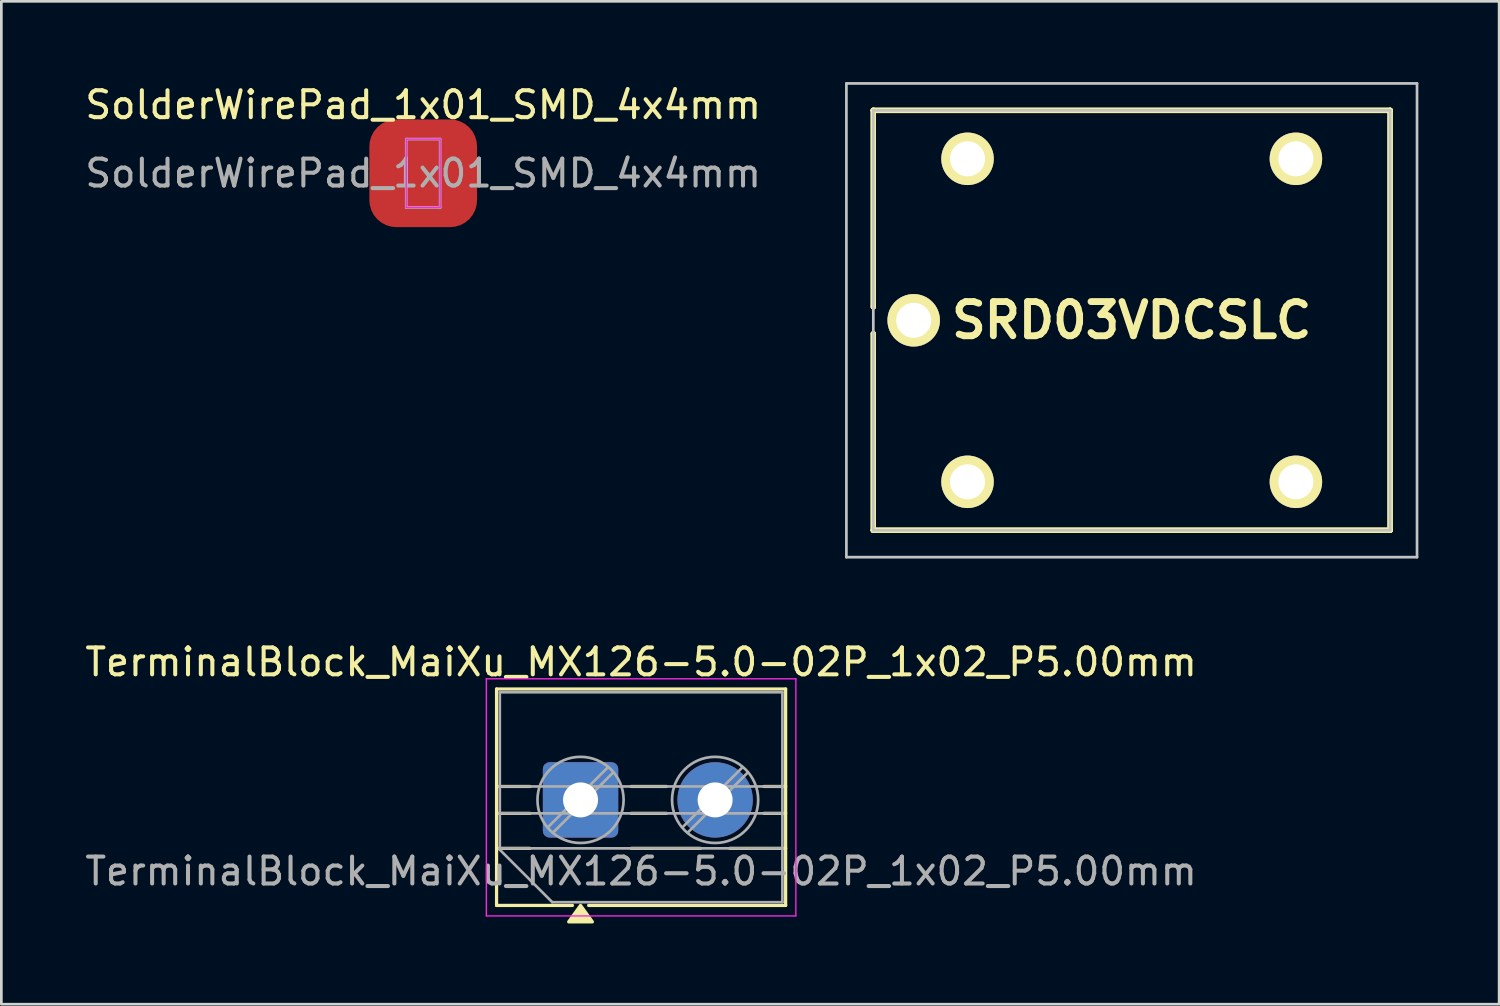
<source format=kicad_pcb>
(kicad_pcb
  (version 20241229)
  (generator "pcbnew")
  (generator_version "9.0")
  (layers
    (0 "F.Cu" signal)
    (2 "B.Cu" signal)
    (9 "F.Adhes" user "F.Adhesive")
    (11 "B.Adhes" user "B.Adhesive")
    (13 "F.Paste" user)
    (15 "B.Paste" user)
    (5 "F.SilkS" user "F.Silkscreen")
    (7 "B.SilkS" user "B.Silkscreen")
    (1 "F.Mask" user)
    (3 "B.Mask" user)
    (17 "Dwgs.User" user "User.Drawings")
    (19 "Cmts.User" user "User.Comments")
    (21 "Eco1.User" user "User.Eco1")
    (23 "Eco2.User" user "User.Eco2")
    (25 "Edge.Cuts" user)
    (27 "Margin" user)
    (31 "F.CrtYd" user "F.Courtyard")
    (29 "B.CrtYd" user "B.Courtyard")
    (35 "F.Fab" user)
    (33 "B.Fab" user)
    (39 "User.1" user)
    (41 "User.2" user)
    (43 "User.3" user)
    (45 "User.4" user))
  (footprint "SRD03VDCSLC"
    (layer "F.Cu")
    (at 32.895 14.85)
    (property "Reference" "SRD03VDCSLC" (at 6.1 -6 180) (layer "F.SilkS") (effects (font (size 1.27 1.27) (thickness 0.254))))
    (attr through_hole exclude_from_pos_files)
    (fp_line (start -3.5 -13.8) (end -3.5 -13.8) (stroke (width 0.2) (type solid)) (layer "F.SilkS"))
    (fp_line (start -3.5 -13.8) (end -3.5 -13.8) (stroke (width 0.2) (type solid)) (layer "F.SilkS"))
    (fp_line (start -3.5 -13.8) (end -3.5 -6.5) (stroke (width 0.2) (type solid)) (layer "F.SilkS"))
    (fp_line (start -3.5 -13.8) (end 15.7 -13.8) (stroke (width 0.2) (type solid)) (layer "F.SilkS"))
    (fp_line (start -3.5 -6.5) (end -3.5 -13.8) (stroke (width 0.2) (type solid)) (layer "F.SilkS"))
    (fp_line (start -3.5 -6.5) (end -3.5 -6.5) (stroke (width 0.2) (type solid)) (layer "F.SilkS"))
    (fp_line (start -3.5 -5.5) (end -3.5 -5.5) (stroke (width 0.2) (type solid)) (layer "F.SilkS"))
    (fp_line (start -3.5 -5.5) (end -3.5 1.8) (stroke (width 0.2) (type solid)) (layer "F.SilkS"))
    (fp_line (start -3.5 1.8) (end -3.5 -5.5) (stroke (width 0.2) (type solid)) (layer "F.SilkS"))
    (fp_line (start -3.5 1.8) (end -3.5 1.8) (stroke (width 0.2) (type solid)) (layer "F.SilkS"))
    (fp_line (start -3.5 1.8) (end -3.5 1.8) (stroke (width 0.2) (type solid)) (layer "F.SilkS"))
    (fp_line (start -3.5 1.8) (end 15.7 1.8) (stroke (width 0.2) (type solid)) (layer "F.SilkS"))
    (fp_line (start 15.7 -13.8) (end -3.5 -13.8) (stroke (width 0.2) (type solid)) (layer "F.SilkS"))
    (fp_line (start 15.7 -13.8) (end 15.7 -13.8) (stroke (width 0.2) (type solid)) (layer "F.SilkS"))
    (fp_line (start 15.7 -13.8) (end 15.7 -13.8) (stroke (width 0.2) (type solid)) (layer "F.SilkS"))
    (fp_line (start 15.7 -13.8) (end 15.7 1.8) (stroke (width 0.2) (type solid)) (layer "F.SilkS"))
    (fp_line (start 15.7 1.8) (end -3.5 1.8) (stroke (width 0.2) (type solid)) (layer "F.SilkS"))
    (fp_line (start 15.7 1.8) (end 15.7 -13.8) (stroke (width 0.2) (type solid)) (layer "F.SilkS"))
    (fp_line (start 15.7 1.8) (end 15.7 1.8) (stroke (width 0.2) (type solid)) (layer "F.SilkS"))
    (fp_line (start 15.7 1.8) (end 15.7 1.8) (stroke (width 0.2) (type solid)) (layer "F.SilkS"))
    (fp_line (start -4.5 -14.8) (end -4.5 2.8) (stroke (width 0.1) (type solid)) (layer "Dwgs.User"))
    (fp_line (start -4.5 2.8) (end 16.7 2.8) (stroke (width 0.1) (type solid)) (layer "Dwgs.User"))
    (fp_line (start -3.5 -13.8) (end 15.7 -13.8) (stroke (width 0.1) (type solid)) (layer "Dwgs.User"))
    (fp_line (start -3.5 1.8) (end -3.5 -13.8) (stroke (width 0.1) (type solid)) (layer "Dwgs.User"))
    (fp_line (start 15.7 -13.8) (end 15.7 1.8) (stroke (width 0.1) (type solid)) (layer "Dwgs.User"))
    (fp_line (start 15.7 1.8) (end -3.5 1.8) (stroke (width 0.1) (type solid)) (layer "Dwgs.User"))
    (fp_line (start 16.7 -14.8) (end -4.5 -14.8) (stroke (width 0.1) (type solid)) (layer "Dwgs.User"))
    (fp_line (start 16.7 2.8) (end 16.7 -14.8) (stroke (width 0.1) (type solid)) (layer "Dwgs.User"))
    (pad "1" thru_hole circle (at 0 0 90) (size 1.95 1.95) (drill 1.3) (layers "*.Cu" "*.Mask" "F.SilkS"))
    (pad "2" thru_hole circle (at 12.2 0 90) (size 1.95 1.95) (drill 1.3) (layers "*.Cu" "*.Mask" "F.SilkS"))
    (pad "3" thru_hole circle (at 12.2 -12 90) (size 1.95 1.95) (drill 1.3) (layers "*.Cu" "*.Mask" "F.SilkS"))
    (pad "4" thru_hole circle (at 0 -12 90) (size 1.95 1.95) (drill 1.3) (layers "*.Cu" "*.Mask" "F.SilkS"))
    (pad "5" thru_hole circle (at -2 -6 90) (size 1.95 1.95) (drill 1.3) (layers "*.Cu" "*.Mask" "F.SilkS")))
  (footprint "SolderWirePad_1x01_SMD_4x4mm"
    (layer "F.Cu")
    (at 12.673 3.388)
    (property "Reference" "SolderWirePad_1x01_SMD_4x4mm" (at 0 -2.54 0) (layer "F.SilkS") (effects (font (size 1 1) (thickness 0.15))))
    (attr exclude_from_pos_files)
    (fp_line (start -0.63 -1.27) (end -0.63 1.27) (stroke (width 0.05) (type solid)) (layer "F.CrtYd"))
    (fp_line (start -0.63 1.27) (end 0.63 1.27) (stroke (width 0.05) (type solid)) (layer "F.CrtYd"))
    (fp_line (start 0.63 -1.27) (end -0.63 -1.27) (stroke (width 0.05) (type solid)) (layer "F.CrtYd"))
    (fp_line (start 0.63 1.27) (end 0.63 -1.27) (stroke (width 0.05) (type solid)) (layer "F.CrtYd"))
    (fp_line (start -0.63 -1.27) (end 0.63 -1.27) (stroke (width 0.1) (type solid)) (layer "F.Fab"))
    (fp_line (start -0.63 1.27) (end -0.63 -1.27) (stroke (width 0.1) (type solid)) (layer "F.Fab"))
    (fp_line (start 0.63 -1.27) (end 0.63 1.27) (stroke (width 0.1) (type solid)) (layer "F.Fab"))
    (fp_line (start 0.63 1.27) (end -0.63 1.27) (stroke (width 0.1) (type solid)) (layer "F.Fab"))
    (fp_text user "${REFERENCE}" (at 0 0 0) (layer "F.Fab") (effects (font (size 1 1) (thickness 0.15))))
    (pad "1" smd roundrect (at 0 0) (size 4 4) (layers "F.Cu" "F.Mask" "F.Paste") (roundrect_rratio 0.25)))
  (footprint "TerminalBlock_MaiXu_MX126-5.0-02P_1x02_P5.00mm"
    (layer "F.Cu")
    (at 18.518 26.668)
    (property "Reference" "TerminalBlock_MaiXu_MX126-5.0-02P_1x02_P5.00mm" (at 2.25 -5.12 0) (layer "F.SilkS") (effects (font (size 1 1) (thickness 0.15))))
    (attr through_hole)
    (fp_line (start -3.12 -4.12) (end 7.62 -4.12) (stroke (width 0.12) (type solid)) (layer "F.SilkS"))
    (fp_line (start -3.12 -0.5) (end -1.88 -0.5) (stroke (width 0.12) (type solid)) (layer "F.SilkS"))
    (fp_line (start -3.12 0.5) (end -1.88 0.5) (stroke (width 0.12) (type solid)) (layer "F.SilkS"))
    (fp_line (start -3.12 1.8) (end -1.88 1.8) (stroke (width 0.12) (type solid)) (layer "F.SilkS"))
    (fp_line (start -3.12 3.92) (end -3.12 -4.12) (stroke (width 0.12) (type solid)) (layer "F.SilkS"))
    (fp_line (start -0.3 3.92) (end -3.12 3.92) (stroke (width 0.12) (type solid)) (layer "F.SilkS"))
    (fp_line (start 1.88 -0.5) (end 3.188 -0.5) (stroke (width 0.12) (type solid)) (layer "F.SilkS"))
    (fp_line (start 1.88 0.5) (end 3.188 0.5) (stroke (width 0.12) (type solid)) (layer "F.SilkS"))
    (fp_line (start 1.88 1.8) (end 4.457 1.8) (stroke (width 0.12) (type solid)) (layer "F.SilkS"))
    (fp_line (start 5.543 1.8) (end 7.62 1.8) (stroke (width 0.12) (type solid)) (layer "F.SilkS"))
    (fp_line (start 6.812 -0.5) (end 7.62 -0.5) (stroke (width 0.12) (type solid)) (layer "F.SilkS"))
    (fp_line (start 6.812 0.5) (end 7.62 0.5) (stroke (width 0.12) (type solid)) (layer "F.SilkS"))
    (fp_line (start 7.62 -4.12) (end 7.62 3.92) (stroke (width 0.12) (type solid)) (layer "F.SilkS"))
    (fp_line (start 7.62 3.92) (end 0.3 3.92) (stroke (width 0.12) (type solid)) (layer "F.SilkS"))
    (fp_poly (pts (xy 0 3.92) (xy 0.44 4.53) (xy -0.44 4.53)) (stroke (width 0.12) (type solid)) (fill yes) (layer "F.SilkS"))
    (fp_line (start -3.5 -4.5) (end -3.5 4.31) (stroke (width 0.05) (type solid)) (layer "F.CrtYd"))
    (fp_line (start -3.5 4.31) (end 8 4.31) (stroke (width 0.05) (type solid)) (layer "F.CrtYd"))
    (fp_line (start 8 -4.5) (end -3.5 -4.5) (stroke (width 0.05) (type solid)) (layer "F.CrtYd"))
    (fp_line (start 8 4.31) (end 8 -4.5) (stroke (width 0.05) (type solid)) (layer "F.CrtYd"))
    (fp_line (start -3 -4) (end 7.5 -4) (stroke (width 0.1) (type solid)) (layer "F.Fab"))
    (fp_line (start -3 -0.5) (end 7.5 -0.5) (stroke (width 0.1) (type solid)) (layer "F.Fab"))
    (fp_line (start -3 0.5) (end 7.5 0.5) (stroke (width 0.1) (type solid)) (layer "F.Fab"))
    (fp_line (start -3 1.8) (end 7.5 1.8) (stroke (width 0.1) (type solid)) (layer "F.Fab"))
    (fp_line (start -3 1.85) (end -3 -4) (stroke (width 0.1) (type solid)) (layer "F.Fab"))
    (fp_line (start -1.05 3.8) (end -3 1.85) (stroke (width 0.1) (type solid)) (layer "F.Fab"))
    (fp_line (start 1.018 -1.213) (end -1.213 1.018) (stroke (width 0.1) (type solid)) (layer "F.Fab"))
    (fp_line (start 1.213 -1.018) (end -1.018 1.213) (stroke (width 0.1) (type solid)) (layer "F.Fab"))
    (fp_line (start 6.018 -1.213) (end 3.787 1.018) (stroke (width 0.1) (type solid)) (layer "F.Fab"))
    (fp_line (start 6.213 -1.018) (end 3.982 1.213) (stroke (width 0.1) (type solid)) (layer "F.Fab"))
    (fp_line (start 7.5 -4) (end 7.5 3.8) (stroke (width 0.1) (type solid)) (layer "F.Fab"))
    (fp_line (start 7.5 3.8) (end -1.05 3.8) (stroke (width 0.1) (type solid)) (layer "F.Fab"))
    (fp_circle (center 0 0) (end 1.6 0) (stroke (width 0.1) (type solid)) (fill no) (layer "F.Fab"))
    (fp_circle (center 5 0) (end 6.6 0) (stroke (width 0.1) (type solid)) (fill no) (layer "F.Fab"))
    (fp_text user "${REFERENCE}" (at 2.25 2.65 0) (layer "F.Fab") (effects (font (size 1 1) (thickness 0.15))))
    (pad "1" thru_hole roundrect (at 0 0) (size 2.8 2.8) (drill 1.3) (layers "*.Cu" "*.Mask") (roundrect_rratio 0.089))
    (pad "2" thru_hole circle (at 5 0) (size 2.8 2.8) (drill 1.3) (layers "*.Cu" "*.Mask")))
  (gr_rect
    (start -3 -3)
    (end 52.645 34.258)
    (stroke (width 0.1) (type default))
    (fill no)
    (layer "Edge.Cuts")))
</source>
